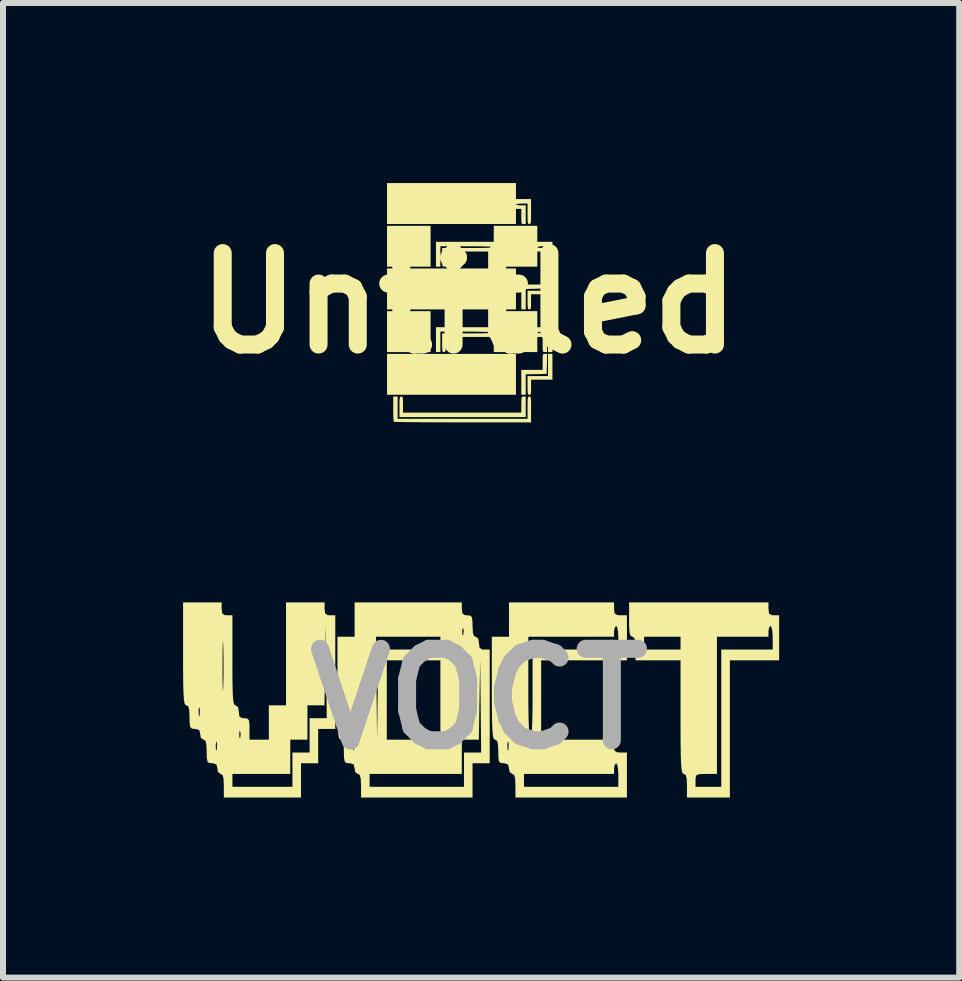
<source format=kicad_pcb>
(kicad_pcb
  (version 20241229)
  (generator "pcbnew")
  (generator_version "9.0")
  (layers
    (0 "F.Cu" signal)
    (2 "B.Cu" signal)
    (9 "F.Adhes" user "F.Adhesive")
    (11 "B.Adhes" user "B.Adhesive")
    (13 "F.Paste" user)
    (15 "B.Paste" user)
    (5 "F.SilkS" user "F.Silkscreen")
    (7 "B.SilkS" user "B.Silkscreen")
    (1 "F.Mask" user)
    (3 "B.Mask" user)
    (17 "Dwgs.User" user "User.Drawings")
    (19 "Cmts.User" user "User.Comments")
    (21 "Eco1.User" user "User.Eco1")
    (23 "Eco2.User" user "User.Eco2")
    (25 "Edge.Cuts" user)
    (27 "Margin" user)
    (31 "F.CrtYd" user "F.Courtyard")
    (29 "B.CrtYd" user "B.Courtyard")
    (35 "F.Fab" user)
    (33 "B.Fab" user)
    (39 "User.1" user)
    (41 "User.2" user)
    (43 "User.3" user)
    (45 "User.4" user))
  (footprint "VOCT"
    (layer "F.Cu")
    (at 4.93 8.594)
    (property "Reference" "VOCT" (at 0 0 0) (layer "F.Fab") (effects (font (size 1.524 1.524) (thickness 0.3))))
    (attr board_only exclude_from_pos_files exclude_from_bom)
    (fp_poly (pts (xy 4.823 -1.5) (xy 4.832 -1.424) (xy 4.873 -1.396) (xy 4.912 -1.393) (xy 5.001 -1.393) (xy 5.001 -0.643) (xy 4.18 -0.643) (xy 4.18 1.643) (xy 3.465 1.643) (xy 3.465 1.447) (xy 3.462 1.358) (xy 3.608 1.358) (xy 3.608 1.465) (xy 4.037 1.465) (xy 4.037 -0.822) (xy 4.894 -0.822) (xy 4.894 -1.018) (xy 4.888 -1.126) (xy 4.873 -1.197) (xy 4.859 -1.215) (xy 4.832 -1.184) (xy 4.823 -1.125) (xy 4.823 -1.036) (xy 3.965 -1.036) (xy 3.965 1.25) (xy 3.787 1.25) (xy 3.681 1.253) (xy 3.628 1.267) (xy 3.61 1.305) (xy 3.608 1.358) (xy 3.462 1.358) (xy 3.46 1.328) (xy 3.444 1.267) (xy 3.412 1.25) (xy 3.395 1.242) (xy 3.383 1.213) (xy 3.373 1.156) (xy 3.366 1.062) (xy 3.362 0.924) (xy 3.359 0.735) (xy 3.358 0.486) (xy 3.358 0.304) (xy 3.358 -0.643) (xy 2.608 -0.643) (xy 2.608 -0.84) (xy 2.603 -0.958) (xy 2.586 -1.019) (xy 2.554 -1.036) (xy 2.751 -1.036) (xy 2.751 -0.822) (xy 3.358 -0.822) (xy 3.358 -1.036) (xy 2.751 -1.036) (xy 2.554 -1.036) (xy 2.527 -1.049) (xy 2.51 -1.098) (xy 2.502 -1.195) (xy 2.501 -1.322) (xy 2.501 -1.608) (xy 4.823 -1.608)) (stroke (width 0) (type solid)) (fill yes) (layer "F.SilkS"))
    (fp_poly (pts (xy 2.251 -1.5) (xy 2.259 -1.425) (xy 2.301 -1.397) (xy 2.358 -1.393) (xy 2.465 -1.393) (xy 2.465 -0.643) (xy 1.036 -0.643) (xy 1.036 0.679) (xy 2.251 0.679) (xy 2.251 0.786) (xy 2.259 0.862) (xy 2.301 0.89) (xy 2.358 0.893) (xy 2.465 0.893) (xy 2.465 1.643) (xy 0.607 1.643) (xy 0.607 1.447) (xy 0.603 1.328) (xy 0.586 1.267) (xy 0.554 1.25) (xy 0.75 1.25) (xy 0.75 1.465) (xy 2.322 1.465) (xy 2.322 1.268) (xy 2.316 1.161) (xy 2.301 1.089) (xy 2.286 1.072) (xy 2.26 1.102) (xy 2.251 1.161) (xy 2.251 1.25) (xy 0.75 1.25) (xy 0.554 1.25) (xy 0.511 1.219) (xy 0.5 1.161) (xy 0.485 1.093) (xy 0.427 1.072) (xy 0.411 1.072) (xy 0.36 1.067) (xy 0.333 1.04) (xy 0.323 0.973) (xy 0.322 0.875) (xy 0.318 0.786) (xy 0.473 0.786) (xy 0.476 0.851) (xy 0.486 0.859) (xy 0.489 0.848) (xy 0.495 0.758) (xy 0.489 0.723) (xy 0.479 0.712) (xy 0.473 0.762) (xy 0.473 0.786) (xy 0.318 0.786) (xy 0.317 0.757) (xy 0.3 0.696) (xy 0.268 0.679) (xy 0.251 0.671) (xy 0.238 0.641) (xy 0.228 0.581) (xy 0.222 0.483) (xy 0.217 0.34) (xy 0.215 0.143) (xy 0.214 -0.115) (xy 0.214 -0.179) (xy 0.214 -1.036) (xy 0.5 -1.036) (xy 0.822 -1.036) (xy 0.822 -0.179) (xy 0.823 0.116) (xy 0.827 0.352) (xy 0.834 0.526) (xy 0.844 0.636) (xy 0.856 0.678) (xy 0.857 0.679) (xy 0.87 0.644) (xy 0.88 0.541) (xy 0.888 0.375) (xy 0.892 0.149) (xy 0.893 -0.071) (xy 0.893 -0.822) (xy 2.322 -0.822) (xy 2.322 -1.018) (xy 2.316 -1.126) (xy 2.301 -1.197) (xy 2.286 -1.215) (xy 2.26 -1.184) (xy 2.251 -1.125) (xy 2.251 -1.036) (xy 0.822 -1.036) (xy 0.5 -1.036) (xy 0.5 -1.608) (xy 2.251 -1.608)) (stroke (width 0) (type solid)) (fill yes) (layer "F.SilkS"))
    (fp_poly (pts (xy -0.286 -1.5) (xy -0.276 -1.424) (xy -0.235 -1.396) (xy -0.196 -1.393) (xy -0.143 -1.387) (xy -0.117 -1.358) (xy -0.108 -1.286) (xy -0.107 -1.215) (xy -0.101 -1.102) (xy -0.082 -1.047) (xy -0.054 -1.036) (xy -0.011 -1.004) (xy 0 -0.929) (xy 0.01 -0.852) (xy 0.05 -0.824) (xy 0.089 -0.822) (xy 0.179 -0.822) (xy 0.179 1.072) (xy -0.107 1.072) (xy -0.107 1.643) (xy -1.965 1.643) (xy -1.965 1.447) (xy -1.97 1.328) (xy -1.987 1.267) (xy -2.018 1.25) (xy -1.822 1.25) (xy -1.822 1.465) (xy -0.25 1.465) (xy -0.25 0.893) (xy 0.036 0.893) (xy 0.028 0.116) (xy 0.02 -0.661) (xy -0.002 0.679) (xy -0.286 0.679) (xy -0.286 1.25) (xy -1.822 1.25) (xy -2.018 1.25) (xy -2.062 1.219) (xy -2.072 1.161) (xy -2.087 1.093) (xy -2.145 1.072) (xy -2.161 1.072) (xy -2.212 1.067) (xy -2.239 1.04) (xy -2.249 0.973) (xy -2.251 0.875) (xy -2.254 0.786) (xy -2.099 0.786) (xy -2.096 0.851) (xy -2.086 0.859) (xy -2.083 0.848) (xy -2.078 0.758) (xy -2.083 0.723) (xy -2.093 0.712) (xy -2.099 0.762) (xy -2.099 0.786) (xy -2.254 0.786) (xy -2.255 0.757) (xy -2.272 0.696) (xy -2.304 0.679) (xy -2.321 0.671) (xy -2.334 0.641) (xy -2.344 0.581) (xy -2.351 0.483) (xy -2.355 0.34) (xy -2.357 0.143) (xy -2.358 -0.115) (xy -2.358 -0.179) (xy -2.358 -1.036) (xy -2.072 -1.036) (xy -1.715 -1.036) (xy -1.707 -0.17) (xy -1.698 0.697) (xy -1.688 -0.063) (xy -1.68 -0.643) (xy -1.536 -0.643) (xy -1.536 0.679) (xy -0.643 0.679) (xy -0.643 -0.643) (xy -1.536 -0.643) (xy -1.68 -0.643) (xy -1.678 -0.822) (xy -0.643 -0.822) (xy -0.643 -1.036) (xy -1.715 -1.036) (xy -2.072 -1.036) (xy -2.072 -1.125) (xy -0.279 -1.125) (xy -0.275 -1.064) (xy -0.264 -1.059) (xy -0.262 -1.062) (xy -0.255 -1.133) (xy -0.261 -1.169) (xy -0.272 -1.184) (xy -0.279 -1.136) (xy -0.279 -1.125) (xy -2.072 -1.125) (xy -2.072 -1.608) (xy -0.286 -1.608)) (stroke (width 0) (type solid)) (fill yes) (layer "F.SilkS"))
    (fp_poly (pts (xy -4.287 -1.5) (xy -4.277 -1.424) (xy -4.236 -1.396) (xy -4.198 -1.393) (xy -4.108 -1.393) (xy -4.108 -0.643) (xy -4.108 -0.39) (xy -4.105 -0.199) (xy -4.101 -0.064) (xy -4.094 0.027) (xy -4.083 0.079) (xy -4.068 0.103) (xy -4.055 0.107) (xy -4.012 0.139) (xy -4.001 0.214) (xy -3.992 0.291) (xy -3.951 0.319) (xy -3.912 0.322) (xy -3.859 0.327) (xy -3.832 0.357) (xy -3.823 0.428) (xy -3.823 0.5) (xy -3.823 0.679) (xy -3.501 0.679) (xy -3.501 0.107) (xy -3.215 0.107) (xy -3.215 -1.608) (xy -2.572 -1.608) (xy -2.572 -1.5) (xy -2.563 -1.424) (xy -2.522 -1.396) (xy -2.483 -1.393) (xy -2.394 -1.393) (xy -2.394 0.5) (xy -2.679 0.5) (xy -2.679 1.072) (xy -2.965 1.072) (xy -2.965 1.643) (xy -4.251 1.643) (xy -4.251 1.447) (xy -4.256 1.328) (xy -4.273 1.267) (xy -4.305 1.25) (xy -4.108 1.25) (xy -4.108 1.465) (xy -3.108 1.465) (xy -3.108 0.893) (xy -2.822 0.893) (xy -2.822 0.322) (xy -2.536 0.322) (xy -2.545 -0.455) (xy -2.553 -1.232) (xy -2.563 -0.563) (xy -2.574 0.107) (xy -2.858 0.107) (xy -2.858 0.679) (xy -3.144 0.679) (xy -3.144 1.25) (xy -4.108 1.25) (xy -4.305 1.25) (xy -4.348 1.219) (xy -4.358 1.161) (xy -4.373 1.093) (xy -4.431 1.072) (xy -4.448 1.072) (xy -4.499 1.067) (xy -4.525 1.04) (xy -4.536 0.973) (xy -4.537 0.875) (xy -4.541 0.786) (xy -4.386 0.786) (xy -4.382 0.851) (xy -4.373 0.859) (xy -4.369 0.848) (xy -4.364 0.758) (xy -4.369 0.723) (xy -4.38 0.712) (xy -4.385 0.762) (xy -4.386 0.786) (xy -4.541 0.786) (xy -4.542 0.757) (xy -4.559 0.696) (xy -4.591 0.679) (xy -4.634 0.648) (xy -4.644 0.589) (xy -3.994 0.589) (xy -3.99 0.65) (xy -3.979 0.656) (xy -3.978 0.653) (xy -3.971 0.582) (xy -3.976 0.545) (xy -3.988 0.531) (xy -3.994 0.578) (xy -3.994 0.589) (xy -4.644 0.589) (xy -4.659 0.521) (xy -4.717 0.501) (xy -4.733 0.5) (xy -4.785 0.495) (xy -4.811 0.468) (xy -4.821 0.402) (xy -4.823 0.304) (xy -4.826 0.214) (xy -4.672 0.214) (xy -4.668 0.279) (xy -4.659 0.287) (xy -4.655 0.277) (xy -4.65 0.186) (xy -4.655 0.152) (xy -4.666 0.141) (xy -4.671 0.19) (xy -4.672 0.214) (xy -4.826 0.214) (xy -4.828 0.185) (xy -4.844 0.124) (xy -4.876 0.107) (xy -4.893 0.099) (xy -4.907 0.069) (xy -4.916 0.009) (xy -4.923 -0.088) (xy -4.927 -0.231) (xy -4.929 -0.428) (xy -4.93 -0.554) (xy -4.272 -0.554) (xy -4.272 -0.367) (xy -4.27 -0.231) (xy -4.268 -0.15) (xy -4.265 -0.13) (xy -4.262 -0.174) (xy -4.26 -0.204) (xy -4.256 -0.4) (xy -4.256 -0.625) (xy -4.259 -0.838) (xy -4.26 -0.882) (xy -4.264 -0.955) (xy -4.267 -0.962) (xy -4.269 -0.905) (xy -4.271 -0.791) (xy -4.272 -0.624) (xy -4.272 -0.554) (xy -4.93 -0.554) (xy -4.93 -0.687) (xy -4.93 -0.75) (xy -4.93 -1.608) (xy -4.287 -1.608)) (stroke (width 0) (type solid)) (fill yes) (layer "F.SilkS")))
  (footprint "Untitled"
    (layer "F.Cu")
    (at 4.761 2.001)
    (property "Reference" "Untitled" (at 0 0 0) (layer "F.SilkS") (effects (font (size 1.524 1.524) (thickness 0.3))))
    (attr board_only exclude_from_pos_files exclude_from_bom)
    (fp_poly (pts (xy -0.637 -0.608) (xy -1.363 -0.608) (xy -1.363 -1.289) (xy -0.637 -1.289)) (stroke (width 0) (type solid)) (fill yes) (layer "F.SilkS"))
    (fp_poly (pts (xy -0.637 0.815) (xy -1.363 0.815) (xy -1.363 0.133) (xy -0.637 0.133)) (stroke (width 0) (type solid)) (fill yes) (layer "F.SilkS"))
    (fp_poly (pts (xy 0.785 0.104) (xy -1.363 0.104) (xy -1.363 -0.578) (xy 0.785 -0.578)) (stroke (width 0) (type solid)) (fill yes) (layer "F.SilkS"))
    (fp_poly (pts (xy 0.785 1.526) (xy -1.363 1.526) (xy -1.363 0.845) (xy 0.785 0.845)) (stroke (width 0) (type solid)) (fill yes) (layer "F.SilkS"))
    (fp_poly (pts (xy 1.297 -0.245) (xy 0.948 -0.236) (xy 0.948 0.104) (xy 0.874 0.104) (xy 0.874 -0.311) (xy 1.23 -0.311) (xy 1.23 -0.445) (xy 1.23 -0.508) (xy 1.232 -0.547) (xy 1.237 -0.568) (xy 1.247 -0.576) (xy 1.264 -0.578) (xy 1.268 -0.578) (xy 1.305 -0.578)) (stroke (width 0) (type solid)) (fill yes) (layer "F.SilkS"))
    (fp_poly (pts (xy 1.297 1.178) (xy 0.948 1.186) (xy 0.948 1.526) (xy 0.874 1.526) (xy 0.874 1.111) (xy 1.23 1.111) (xy 1.23 0.978) (xy 1.23 0.915) (xy 1.232 0.876) (xy 1.237 0.855) (xy 1.247 0.846) (xy 1.264 0.845) (xy 1.268 0.845) (xy 1.305 0.845)) (stroke (width 0) (type solid)) (fill yes) (layer "F.SilkS"))
    (fp_poly (pts (xy 1.393 -0.148) (xy 1.037 -0.148) (xy 1.037 -0.022) (xy 1.037 0.039) (xy 1.034 0.076) (xy 1.028 0.096) (xy 1.018 0.103) (xy 1.008 0.104) (xy 0.994 0.102) (xy 0.986 0.092) (xy 0.981 0.07) (xy 0.979 0.031) (xy 0.978 -0.032) (xy 0.978 -0.052) (xy 0.978 -0.207) (xy 1.319 -0.207) (xy 1.319 -0.578) (xy 1.393 -0.578)) (stroke (width 0) (type solid)) (fill yes) (layer "F.SilkS"))
    (fp_poly (pts (xy 1.393 1.274) (xy 1.037 1.274) (xy 1.037 1.4) (xy 1.037 1.462) (xy 1.034 1.499) (xy 1.028 1.518) (xy 1.018 1.526) (xy 1.008 1.526) (xy 0.994 1.524) (xy 0.986 1.515) (xy 0.981 1.493) (xy 0.979 1.453) (xy 0.978 1.39) (xy 0.978 1.371) (xy 0.978 1.215) (xy 1.319 1.215) (xy 1.319 0.845) (xy 1.393 0.845)) (stroke (width 0) (type solid)) (fill yes) (layer "F.SilkS"))
    (fp_poly (pts (xy 0.948 1.897) (xy -1.156 1.897) (xy -1.156 1.726) (xy -1.156 1.653) (xy -1.154 1.605) (xy -1.15 1.576) (xy -1.144 1.561) (xy -1.134 1.556) (xy -1.126 1.556) (xy -1.112 1.558) (xy -1.103 1.569) (xy -1.099 1.593) (xy -1.097 1.637) (xy -1.097 1.689) (xy -1.097 1.823) (xy 0.874 1.823) (xy 0.874 1.689) (xy 0.875 1.626) (xy 0.877 1.587) (xy 0.882 1.566) (xy 0.892 1.558) (xy 0.908 1.556) (xy 0.911 1.556) (xy 0.948 1.556)) (stroke (width 0) (type solid)) (fill yes) (layer "F.SilkS"))
    (fp_poly (pts (xy -1.186 1.926) (xy 0.978 1.926) (xy 0.978 1.741) (xy 0.978 1.664) (xy 0.98 1.612) (xy 0.983 1.58) (xy 0.989 1.563) (xy 0.998 1.557) (xy 1.008 1.556) (xy 1.019 1.558) (xy 1.027 1.565) (xy 1.033 1.583) (xy 1.036 1.616) (xy 1.037 1.668) (xy 1.037 1.744) (xy 1.037 1.771) (xy 1.037 1.986) (xy -0.101 1.986) (xy -0.282 1.986) (xy -0.455 1.985) (xy -0.616 1.985) (xy -0.765 1.984) (xy -0.898 1.983) (xy -1.013 1.982) (xy -1.108 1.981) (xy -1.18 1.979) (xy -1.228 1.978) (xy -1.249 1.976) (xy -1.25 1.976) (xy -1.253 1.958) (xy -1.256 1.917) (xy -1.259 1.857) (xy -1.26 1.784) (xy -1.26 1.761) (xy -1.26 1.556) (xy -1.186 1.556)) (stroke (width 0) (type solid)) (fill yes) (layer "F.SilkS"))
    (fp_poly (pts (xy 0.785 -1.734) (xy 1.037 -1.734) (xy 1.037 -1.526) (xy 1.037 -1.444) (xy 1.036 -1.387) (xy 1.033 -1.351) (xy 1.029 -1.33) (xy 1.021 -1.321) (xy 1.01 -1.319) (xy 1.008 -1.319) (xy 0.995 -1.321) (xy 0.987 -1.329) (xy 0.981 -1.35) (xy 0.979 -1.388) (xy 0.978 -1.448) (xy 0.978 -1.489) (xy 0.978 -1.66) (xy 0.882 -1.66) (xy 0.831 -1.658) (xy 0.797 -1.652) (xy 0.785 -1.645) (xy 0.799 -1.637) (xy 0.833 -1.631) (xy 0.867 -1.63) (xy 0.948 -1.63) (xy 0.948 -1.319) (xy 0.911 -1.319) (xy 0.893 -1.32) (xy 0.882 -1.327) (xy 0.877 -1.347) (xy 0.875 -1.384) (xy 0.874 -1.445) (xy 0.874 -1.571) (xy 0.785 -1.571) (xy 0.785 -1.319) (xy -1.363 -1.319) (xy -1.363 -2.001) (xy 0.785 -2.001)) (stroke (width 0) (type solid)) (fill yes) (layer "F.SilkS"))
    (fp_poly (pts (xy 1.141 -1.023) (xy 1.393 -1.023) (xy 1.393 -0.608) (xy 1.319 -0.608) (xy 1.319 -0.948) (xy 1.23 -0.948) (xy 1.183 -0.946) (xy 1.151 -0.94) (xy 1.141 -0.934) (xy 1.154 -0.925) (xy 1.189 -0.92) (xy 1.223 -0.919) (xy 1.304 -0.919) (xy 1.304 -0.608) (xy 1.267 -0.608) (xy 1.249 -0.609) (xy 1.238 -0.616) (xy 1.232 -0.636) (xy 1.23 -0.673) (xy 1.23 -0.734) (xy 1.23 -0.86) (xy 1.141 -0.86) (xy 1.141 -0.608) (xy 0.415 -0.608) (xy 0.415 -0.86) (xy -0.385 -0.86) (xy -0.385 -0.734) (xy -0.386 -0.672) (xy -0.388 -0.635) (xy -0.394 -0.616) (xy -0.405 -0.608) (xy -0.415 -0.608) (xy -0.428 -0.61) (xy -0.437 -0.619) (xy -0.442 -0.641) (xy -0.444 -0.681) (xy -0.445 -0.744) (xy -0.445 -0.763) (xy -0.445 -0.919) (xy -0.015 -0.919) (xy 0.122 -0.919) (xy 0.234 -0.921) (xy 0.32 -0.923) (xy 0.379 -0.927) (xy 0.41 -0.931) (xy 0.415 -0.934) (xy 0.4 -0.938) (xy 0.357 -0.942) (xy 0.286 -0.945) (xy 0.188 -0.947) (xy 0.065 -0.948) (xy -0.03 -0.948) (xy -0.474 -0.948) (xy -0.474 -0.608) (xy -0.548 -0.608) (xy -0.548 -1.023) (xy 0.415 -1.023) (xy 0.415 -1.289) (xy 1.141 -1.289)) (stroke (width 0) (type solid)) (fill yes) (layer "F.SilkS"))
    (fp_poly (pts (xy 1.141 0.4) (xy 1.393 0.4) (xy 1.393 0.815) (xy 1.319 0.815) (xy 1.319 0.474) (xy 1.23 0.474) (xy 1.183 0.476) (xy 1.151 0.482) (xy 1.141 0.489) (xy 1.154 0.497) (xy 1.189 0.503) (xy 1.223 0.504) (xy 1.304 0.504) (xy 1.304 0.815) (xy 1.267 0.815) (xy 1.249 0.814) (xy 1.238 0.807) (xy 1.232 0.787) (xy 1.23 0.75) (xy 1.23 0.689) (xy 1.23 0.563) (xy 1.141 0.563) (xy 1.141 0.815) (xy 0.415 0.815) (xy 0.415 0.563) (xy -0.385 0.563) (xy -0.385 0.689) (xy -0.386 0.75) (xy -0.388 0.788) (xy -0.394 0.807) (xy -0.405 0.814) (xy -0.415 0.815) (xy -0.428 0.813) (xy -0.437 0.804) (xy -0.442 0.782) (xy -0.444 0.742) (xy -0.445 0.679) (xy -0.445 0.659) (xy -0.445 0.504) (xy -0.015 0.504) (xy 0.122 0.503) (xy 0.234 0.502) (xy 0.32 0.499) (xy 0.379 0.496) (xy 0.41 0.492) (xy 0.415 0.489) (xy 0.4 0.484) (xy 0.357 0.481) (xy 0.286 0.478) (xy 0.188 0.476) (xy 0.065 0.474) (xy -0.03 0.474) (xy -0.474 0.474) (xy -0.474 0.815) (xy -0.548 0.815) (xy -0.548 0.4) (xy 0.415 0.4) (xy 0.415 0.133) (xy 1.141 0.133)) (stroke (width 0) (type solid)) (fill yes) (layer "F.SilkS")))
  (gr_rect
    (start -3 -3)
    (end 12.931 13.237)
    (stroke (width 0.1) (type default))
    (fill no)
    (layer "Edge.Cuts")))
</source>
